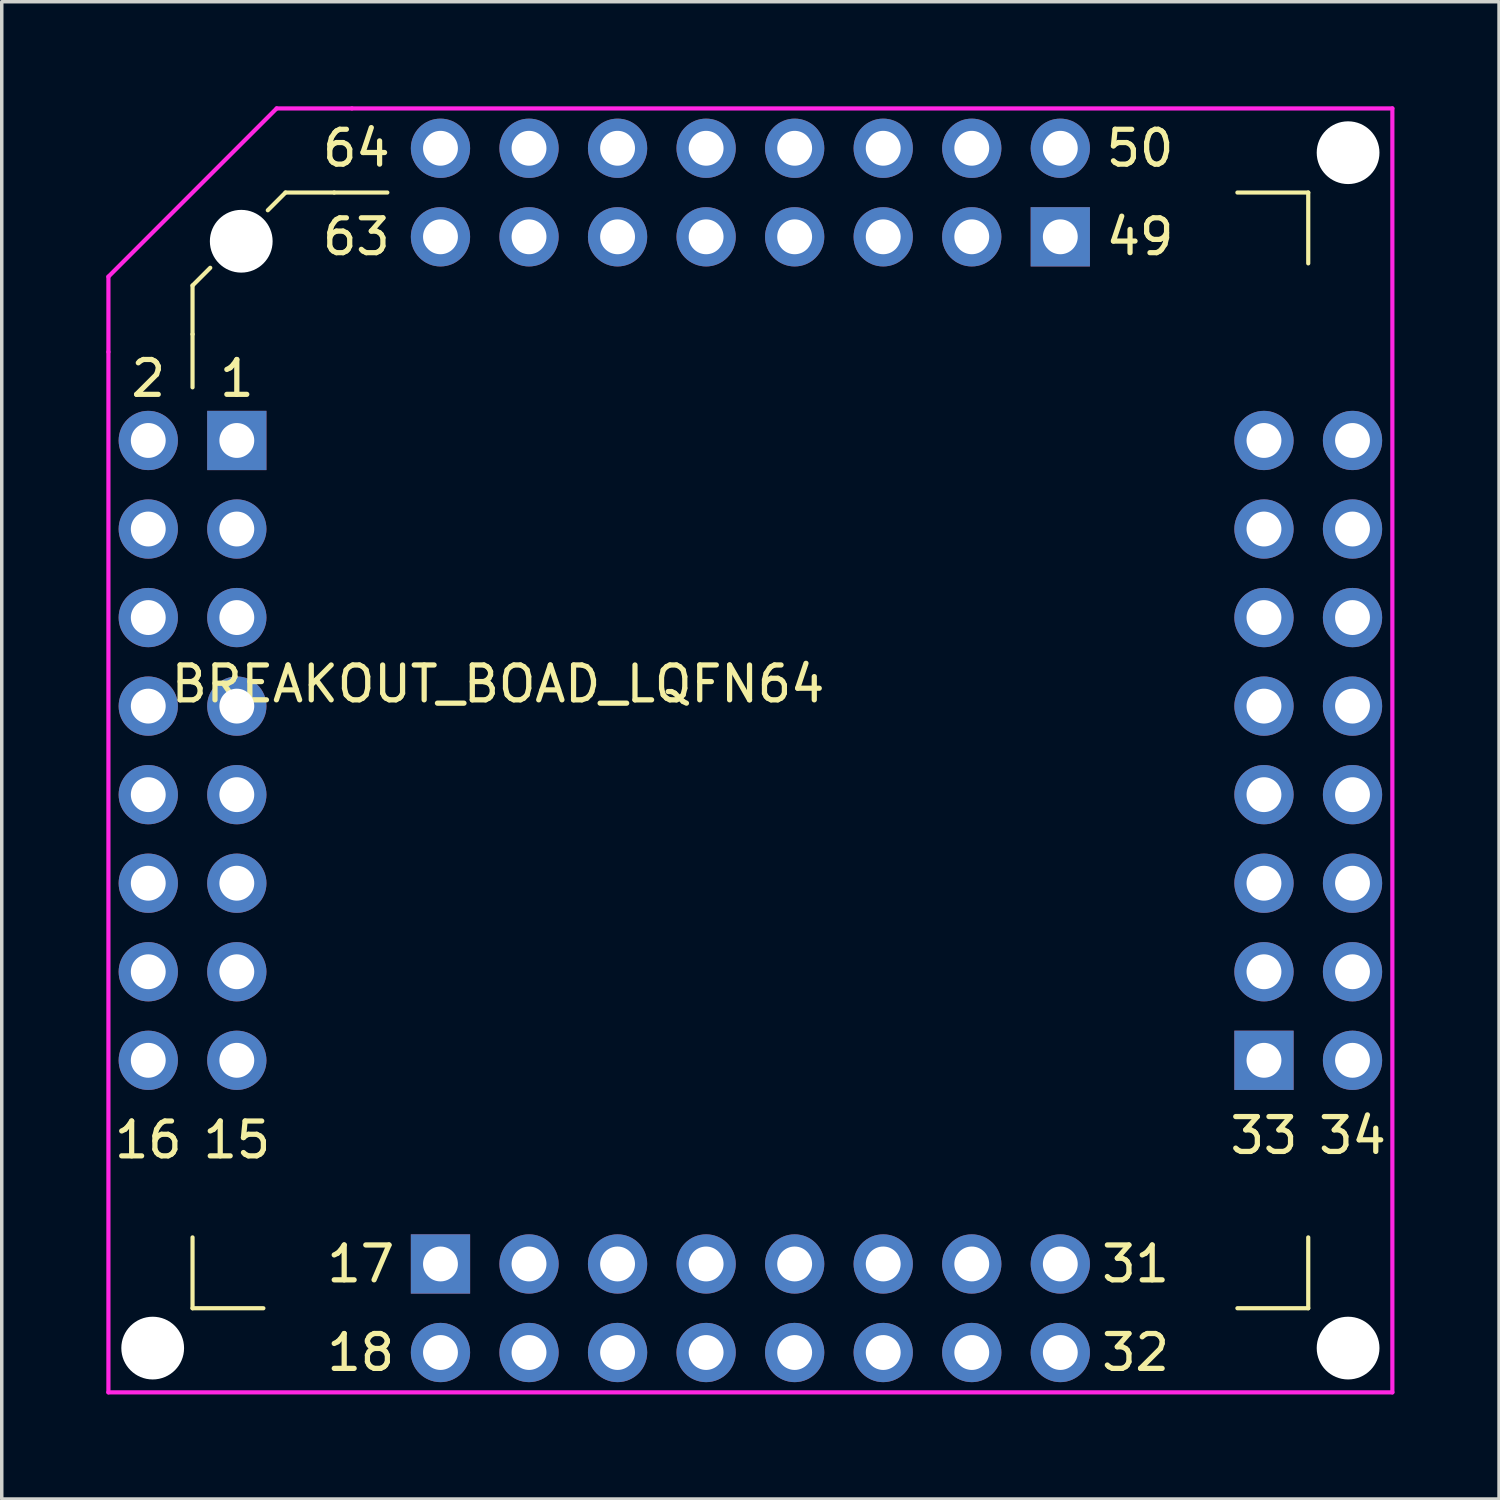
<source format=kicad_pcb>
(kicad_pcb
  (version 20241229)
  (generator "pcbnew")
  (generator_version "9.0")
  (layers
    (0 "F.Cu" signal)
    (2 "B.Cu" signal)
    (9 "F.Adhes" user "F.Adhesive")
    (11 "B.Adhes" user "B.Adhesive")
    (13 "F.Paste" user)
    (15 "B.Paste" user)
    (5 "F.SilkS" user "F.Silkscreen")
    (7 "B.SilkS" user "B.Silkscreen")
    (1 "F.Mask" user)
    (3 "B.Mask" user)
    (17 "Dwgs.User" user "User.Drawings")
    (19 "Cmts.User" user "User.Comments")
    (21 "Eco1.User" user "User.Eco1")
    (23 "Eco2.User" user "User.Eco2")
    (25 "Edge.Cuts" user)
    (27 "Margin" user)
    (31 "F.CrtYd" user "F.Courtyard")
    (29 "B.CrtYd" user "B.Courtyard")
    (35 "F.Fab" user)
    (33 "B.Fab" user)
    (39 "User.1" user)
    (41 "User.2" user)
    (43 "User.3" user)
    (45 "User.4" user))
  (footprint "BREAKOUT_BOAD_LQFN64"
    (layer "F.Cu")
    (at 18.475 18.475)
    (property "Reference" "BREAKOUT_BOAD_LQFN64" (at -7.239 -1.905 0) (layer "F.SilkS") (effects (font (size 1 1) (thickness 0.15))))
    (attr through_hole)
    (fp_line (start -16.002 -13.335) (end -15.494 -13.843) (stroke (width 0.12) (type solid)) (layer "F.SilkS"))
    (fp_line (start -16.002 -11.938) (end -16.002 -13.335) (stroke (width 0.12) (type solid)) (layer "F.SilkS"))
    (fp_line (start -16.002 -10.414) (end -16.002 -11.938) (stroke (width 0.12) (type solid)) (layer "F.SilkS"))
    (fp_line (start -16.002 13.97) (end -16.002 16.002) (stroke (width 0.12) (type solid)) (layer "F.SilkS"))
    (fp_line (start -16.002 16.002) (end -13.97 16.002) (stroke (width 0.12) (type solid)) (layer "F.SilkS"))
    (fp_line (start -13.335 -16.002) (end -13.843 -15.494) (stroke (width 0.12) (type solid)) (layer "F.SilkS"))
    (fp_line (start -13.335 -16.002) (end -11.938 -16.002) (stroke (width 0.12) (type solid)) (layer "F.SilkS"))
    (fp_line (start -11.938 -16.002) (end -10.414 -16.002) (stroke (width 0.12) (type solid)) (layer "F.SilkS"))
    (fp_line (start 13.97 16.002) (end 16.002 16.002) (stroke (width 0.12) (type solid)) (layer "F.SilkS"))
    (fp_line (start 16.002 -16.002) (end 13.97 -16.002) (stroke (width 0.12) (type solid)) (layer "F.SilkS"))
    (fp_line (start 16.002 -13.97) (end 16.002 -16.002) (stroke (width 0.12) (type solid)) (layer "F.SilkS"))
    (fp_line (start 16.002 16.002) (end 16.002 13.97) (stroke (width 0.12) (type solid)) (layer "F.SilkS"))
    (fp_line (start -18.415 -13.589) (end -13.589 -18.415) (stroke (width 0.12) (type solid)) (layer "F.CrtYd"))
    (fp_line (start -18.415 -11.43) (end -18.415 -13.589) (stroke (width 0.12) (type solid)) (layer "F.CrtYd"))
    (fp_line (start -18.415 -11.43) (end -18.415 18.415) (stroke (width 0.12) (type solid)) (layer "F.CrtYd"))
    (fp_line (start -18.415 18.415) (end 18.415 18.415) (stroke (width 0.12) (type solid)) (layer "F.CrtYd"))
    (fp_line (start -13.589 -18.415) (end -11.43 -18.415) (stroke (width 0.12) (type solid)) (layer "F.CrtYd"))
    (fp_line (start 18.415 -18.415) (end -11.43 -18.415) (stroke (width 0.12) (type solid)) (layer "F.CrtYd"))
    (fp_line (start 18.415 18.415) (end 18.415 -18.415) (stroke (width 0.12) (type solid)) (layer "F.CrtYd"))
    (fp_text user "18" (at -11.176 17.272 0) (layer "F.SilkS") (effects (font (size 1 1) (thickness 0.15))))
    (fp_text user "63" (at -11.303 -14.732 0) (layer "F.SilkS") (effects (font (size 1 1) (thickness 0.15))))
    (fp_text user "49" (at 11.176 -14.732 0) (layer "F.SilkS") (effects (font (size 1 1) (thickness 0.15))))
    (fp_text user "1" (at -14.732 -10.668 0) (layer "F.SilkS") (effects (font (size 1 1) (thickness 0.15))))
    (fp_text user "50" (at 11.176 -17.272 0) (layer "F.SilkS") (effects (font (size 1 1) (thickness 0.15))))
    (fp_text user "2" (at -17.272 -10.668 0) (layer "F.SilkS") (effects (font (size 1 1) (thickness 0.15))))
    (fp_text user "64" (at -11.303 -17.272 0) (layer "F.SilkS") (effects (font (size 1 1) (thickness 0.15))))
    (fp_text user "34" (at 17.272 11.049 0) (layer "F.SilkS") (effects (font (size 1 1) (thickness 0.15))))
    (fp_text user "33" (at 14.732 11.049 0) (layer "F.SilkS") (effects (font (size 1 1) (thickness 0.15))))
    (fp_text user "15" (at -14.732 11.176 0) (layer "F.SilkS") (effects (font (size 1 1) (thickness 0.15))))
    (fp_text user "16" (at -17.272 11.176 0) (layer "F.SilkS") (effects (font (size 1 1) (thickness 0.15))))
    (fp_text user "32" (at 11.049 17.272 0) (layer "F.SilkS") (effects (font (size 1 1) (thickness 0.15))))
    (fp_text user "31" (at 11.049 14.732 0) (layer "F.SilkS") (effects (font (size 1 1) (thickness 0.15))))
    (fp_text user "17" (at -11.176 14.732 0) (layer "F.SilkS") (effects (font (size 1 1) (thickness 0.15))))
    (pad "" np_thru_hole circle (at -17.145 17.145) (size 1.8 1.8) (drill 1.8) (layers "*.Cu" "*.Mask"))
    (pad "" np_thru_hole circle (at -14.605 -14.605) (size 1.8 1.8) (drill 1.8) (layers "*.Cu" "*.Mask"))
    (pad "" np_thru_hole circle (at 17.145 -17.145) (size 1.8 1.8) (drill 1.8) (layers "*.Cu" "*.Mask"))
    (pad "" np_thru_hole circle (at 17.145 17.145) (size 1.8 1.8) (drill 1.8) (layers "*.Cu" "*.Mask"))
    (pad "1" thru_hole rect (at -14.732 -8.89) (size 1.7 1.7) (drill 1) (layers "*.Cu" "*.Mask"))
    (pad "2" thru_hole oval (at -17.272 -8.89) (size 1.7 1.7) (drill 1) (layers "*.Cu" "*.Mask"))
    (pad "3" thru_hole oval (at -14.732 -6.35) (size 1.7 1.7) (drill 1) (layers "*.Cu" "*.Mask"))
    (pad "4" thru_hole oval (at -17.272 -6.35) (size 1.7 1.7) (drill 1) (layers "*.Cu" "*.Mask"))
    (pad "5" thru_hole oval (at -14.732 -3.81) (size 1.7 1.7) (drill 1) (layers "*.Cu" "*.Mask"))
    (pad "6" thru_hole oval (at -17.272 -3.81) (size 1.7 1.7) (drill 1) (layers "*.Cu" "*.Mask"))
    (pad "7" thru_hole oval (at -14.732 -1.27) (size 1.7 1.7) (drill 1) (layers "*.Cu" "*.Mask"))
    (pad "8" thru_hole oval (at -17.272 -1.27) (size 1.7 1.7) (drill 1) (layers "*.Cu" "*.Mask"))
    (pad "9" thru_hole oval (at -14.732 1.27) (size 1.7 1.7) (drill 1) (layers "*.Cu" "*.Mask"))
    (pad "10" thru_hole oval (at -17.272 1.27) (size 1.7 1.7) (drill 1) (layers "*.Cu" "*.Mask"))
    (pad "11" thru_hole oval (at -14.732 3.81) (size 1.7 1.7) (drill 1) (layers "*.Cu" "*.Mask"))
    (pad "12" thru_hole oval (at -17.272 3.81) (size 1.7 1.7) (drill 1) (layers "*.Cu" "*.Mask"))
    (pad "13" thru_hole oval (at -14.732 6.35) (size 1.7 1.7) (drill 1) (layers "*.Cu" "*.Mask"))
    (pad "14" thru_hole oval (at -17.272 6.35) (size 1.7 1.7) (drill 1) (layers "*.Cu" "*.Mask"))
    (pad "15" thru_hole oval (at -14.732 8.89) (size 1.7 1.7) (drill 1) (layers "*.Cu" "*.Mask"))
    (pad "16" thru_hole oval (at -17.272 8.89) (size 1.7 1.7) (drill 1) (layers "*.Cu" "*.Mask"))
    (pad "17" thru_hole rect (at -8.89 14.732 90) (size 1.7 1.7) (drill 1) (layers "*.Cu" "*.Mask"))
    (pad "18" thru_hole oval (at -8.89 17.272 90) (size 1.7 1.7) (drill 1) (layers "*.Cu" "*.Mask"))
    (pad "19" thru_hole oval (at -6.35 14.732 90) (size 1.7 1.7) (drill 1) (layers "*.Cu" "*.Mask"))
    (pad "20" thru_hole oval (at -6.35 17.272 90) (size 1.7 1.7) (drill 1) (layers "*.Cu" "*.Mask"))
    (pad "21" thru_hole oval (at -3.81 14.732 90) (size 1.7 1.7) (drill 1) (layers "*.Cu" "*.Mask"))
    (pad "22" thru_hole oval (at -3.81 17.272 90) (size 1.7 1.7) (drill 1) (layers "*.Cu" "*.Mask"))
    (pad "23" thru_hole oval (at -1.27 14.732 90) (size 1.7 1.7) (drill 1) (layers "*.Cu" "*.Mask"))
    (pad "24" thru_hole oval (at -1.27 17.272 90) (size 1.7 1.7) (drill 1) (layers "*.Cu" "*.Mask"))
    (pad "25" thru_hole oval (at 1.27 14.732 90) (size 1.7 1.7) (drill 1) (layers "*.Cu" "*.Mask"))
    (pad "26" thru_hole oval (at 1.27 17.272 90) (size 1.7 1.7) (drill 1) (layers "*.Cu" "*.Mask"))
    (pad "27" thru_hole oval (at 3.81 14.732 90) (size 1.7 1.7) (drill 1) (layers "*.Cu" "*.Mask"))
    (pad "28" thru_hole oval (at 3.81 17.272 90) (size 1.7 1.7) (drill 1) (layers "*.Cu" "*.Mask"))
    (pad "29" thru_hole oval (at 6.35 14.732 90) (size 1.7 1.7) (drill 1) (layers "*.Cu" "*.Mask"))
    (pad "30" thru_hole oval (at 6.35 17.272 90) (size 1.7 1.7) (drill 1) (layers "*.Cu" "*.Mask"))
    (pad "31" thru_hole oval (at 8.89 14.732 90) (size 1.7 1.7) (drill 1) (layers "*.Cu" "*.Mask"))
    (pad "32" thru_hole oval (at 8.89 17.272 90) (size 1.7 1.7) (drill 1) (layers "*.Cu" "*.Mask"))
    (pad "33" thru_hole rect (at 14.732 8.89) (size 1.7 1.7) (drill 1) (layers "*.Cu" "*.Mask"))
    (pad "34" thru_hole oval (at 17.272 8.89) (size 1.7 1.7) (drill 1) (layers "*.Cu" "*.Mask"))
    (pad "35" thru_hole oval (at 14.732 6.35) (size 1.7 1.7) (drill 1) (layers "*.Cu" "*.Mask"))
    (pad "36" thru_hole oval (at 17.272 6.35) (size 1.7 1.7) (drill 1) (layers "*.Cu" "*.Mask"))
    (pad "37" thru_hole oval (at 14.732 3.81) (size 1.7 1.7) (drill 1) (layers "*.Cu" "*.Mask"))
    (pad "38" thru_hole oval (at 17.272 3.81) (size 1.7 1.7) (drill 1) (layers "*.Cu" "*.Mask"))
    (pad "39" thru_hole oval (at 14.732 1.27) (size 1.7 1.7) (drill 1) (layers "*.Cu" "*.Mask"))
    (pad "40" thru_hole oval (at 17.272 1.27) (size 1.7 1.7) (drill 1) (layers "*.Cu" "*.Mask"))
    (pad "41" thru_hole oval (at 14.732 -1.27) (size 1.7 1.7) (drill 1) (layers "*.Cu" "*.Mask"))
    (pad "42" thru_hole oval (at 17.272 -1.27) (size 1.7 1.7) (drill 1) (layers "*.Cu" "*.Mask"))
    (pad "43" thru_hole oval (at 14.732 -3.81) (size 1.7 1.7) (drill 1) (layers "*.Cu" "*.Mask"))
    (pad "44" thru_hole oval (at 17.272 -3.81) (size 1.7 1.7) (drill 1) (layers "*.Cu" "*.Mask"))
    (pad "45" thru_hole oval (at 14.732 -6.35) (size 1.7 1.7) (drill 1) (layers "*.Cu" "*.Mask"))
    (pad "46" thru_hole oval (at 17.272 -6.35) (size 1.7 1.7) (drill 1) (layers "*.Cu" "*.Mask"))
    (pad "47" thru_hole oval (at 14.732 -8.89) (size 1.7 1.7) (drill 1) (layers "*.Cu" "*.Mask"))
    (pad "48" thru_hole oval (at 17.272 -8.89) (size 1.7 1.7) (drill 1) (layers "*.Cu" "*.Mask"))
    (pad "49" thru_hole rect (at 8.89 -14.732 90) (size 1.7 1.7) (drill 1) (layers "*.Cu" "*.Mask"))
    (pad "50" thru_hole oval (at 8.89 -17.272 90) (size 1.7 1.7) (drill 1) (layers "*.Cu" "*.Mask"))
    (pad "51" thru_hole oval (at 6.35 -14.732 90) (size 1.7 1.7) (drill 1) (layers "*.Cu" "*.Mask"))
    (pad "52" thru_hole oval (at 6.35 -17.272 90) (size 1.7 1.7) (drill 1) (layers "*.Cu" "*.Mask"))
    (pad "53" thru_hole oval (at 3.81 -14.732 90) (size 1.7 1.7) (drill 1) (layers "*.Cu" "*.Mask"))
    (pad "54" thru_hole oval (at 3.81 -17.272 90) (size 1.7 1.7) (drill 1) (layers "*.Cu" "*.Mask"))
    (pad "55" thru_hole oval (at 1.27 -14.732 90) (size 1.7 1.7) (drill 1) (layers "*.Cu" "*.Mask"))
    (pad "56" thru_hole oval (at 1.27 -17.272 90) (size 1.7 1.7) (drill 1) (layers "*.Cu" "*.Mask"))
    (pad "57" thru_hole oval (at -1.27 -14.732 90) (size 1.7 1.7) (drill 1) (layers "*.Cu" "*.Mask"))
    (pad "58" thru_hole oval (at -1.27 -17.272 90) (size 1.7 1.7) (drill 1) (layers "*.Cu" "*.Mask"))
    (pad "59" thru_hole oval (at -3.81 -14.732 90) (size 1.7 1.7) (drill 1) (layers "*.Cu" "*.Mask"))
    (pad "60" thru_hole oval (at -3.81 -17.272 90) (size 1.7 1.7) (drill 1) (layers "*.Cu" "*.Mask"))
    (pad "61" thru_hole oval (at -6.35 -14.732 90) (size 1.7 1.7) (drill 1) (layers "*.Cu" "*.Mask"))
    (pad "62" thru_hole oval (at -6.35 -17.272 90) (size 1.7 1.7) (drill 1) (layers "*.Cu" "*.Mask"))
    (pad "63" thru_hole oval (at -8.89 -14.732 90) (size 1.7 1.7) (drill 1) (layers "*.Cu" "*.Mask"))
    (pad "64" thru_hole oval (at -8.89 -17.272 90) (size 1.7 1.7) (drill 1) (layers "*.Cu" "*.Mask")))
  (gr_rect
    (start -3 -3)
    (end 39.95 39.95)
    (stroke (width 0.1) (type default))
    (fill no)
    (layer "Edge.Cuts")))
</source>
